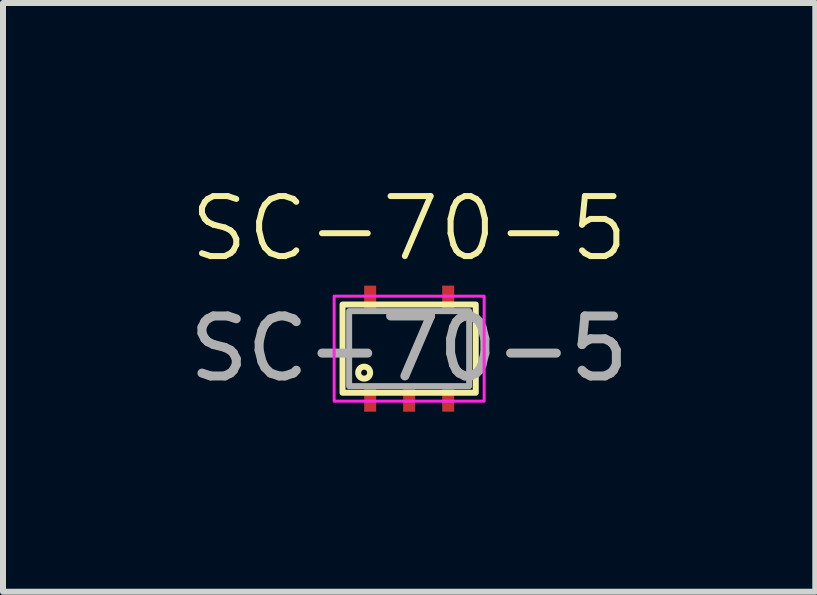
<source format=kicad_pcb>
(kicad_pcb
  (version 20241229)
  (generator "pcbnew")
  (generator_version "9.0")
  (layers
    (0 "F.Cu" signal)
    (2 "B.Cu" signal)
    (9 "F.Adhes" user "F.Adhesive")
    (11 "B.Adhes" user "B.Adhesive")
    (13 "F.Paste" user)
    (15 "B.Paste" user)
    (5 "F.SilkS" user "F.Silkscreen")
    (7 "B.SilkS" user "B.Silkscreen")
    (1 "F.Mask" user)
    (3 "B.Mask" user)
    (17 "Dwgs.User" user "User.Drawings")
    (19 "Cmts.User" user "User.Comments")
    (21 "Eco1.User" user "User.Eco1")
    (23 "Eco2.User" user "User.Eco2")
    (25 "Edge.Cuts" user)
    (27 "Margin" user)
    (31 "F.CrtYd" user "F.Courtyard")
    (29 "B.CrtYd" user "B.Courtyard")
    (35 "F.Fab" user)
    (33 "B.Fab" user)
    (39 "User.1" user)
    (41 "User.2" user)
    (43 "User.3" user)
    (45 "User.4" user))
  (footprint "SC-70-5"
    (layer "F.Cu")
    (at 3.768 2.76)
    (property "Reference" "SC-70-5" (at 0 -2 0) (unlocked yes) (layer "F.SilkS") (effects (font (size 1 1) (thickness 0.1))))
    (attr smd)
    (fp_rect (start -1.11 -0.735) (end 1.11 0.735) (stroke (width 0.1) (type default)) (fill no) (layer "F.SilkS"))
    (fp_circle (center -0.75 0.4) (end -0.65 0.4) (stroke (width 0.1) (type default)) (fill no) (layer "F.SilkS"))
    (fp_rect (start -1.25 -0.875) (end 1.25 0.875) (stroke (width 0.05) (type default)) (fill no) (layer "F.CrtYd"))
    (fp_rect (start -1 -0.625) (end 1 0.625) (stroke (width 0.1) (type default)) (fill no) (layer "F.Fab"))
    (fp_text user "${REFERENCE}" (at 0 0 0) (unlocked yes) (layer "F.Fab") (effects (font (size 1 1) (thickness 0.15))))
    (pad "1" smd rect (at -0.65 0.838) (size 0.2 0.425) (layers "F.Cu" "F.Mask" "F.Paste"))
    (pad "2" smd rect (at 0 0.838) (size 0.2 0.425) (layers "F.Cu" "F.Mask" "F.Paste"))
    (pad "3" smd rect (at 0.65 0.838) (size 0.2 0.425) (layers "F.Cu" "F.Mask" "F.Paste"))
    (pad "4" smd rect (at 0.65 -0.838) (size 0.2 0.425) (layers "F.Cu" "F.Mask" "F.Paste"))
    (pad "5" smd rect (at -0.65 -0.838) (size 0.2 0.425) (layers "F.Cu" "F.Mask" "F.Paste")))
  (gr_rect
    (start -3 -3)
    (end 10.536 6.811)
    (stroke (width 0.1) (type default))
    (fill no)
    (layer "Edge.Cuts")))
</source>
